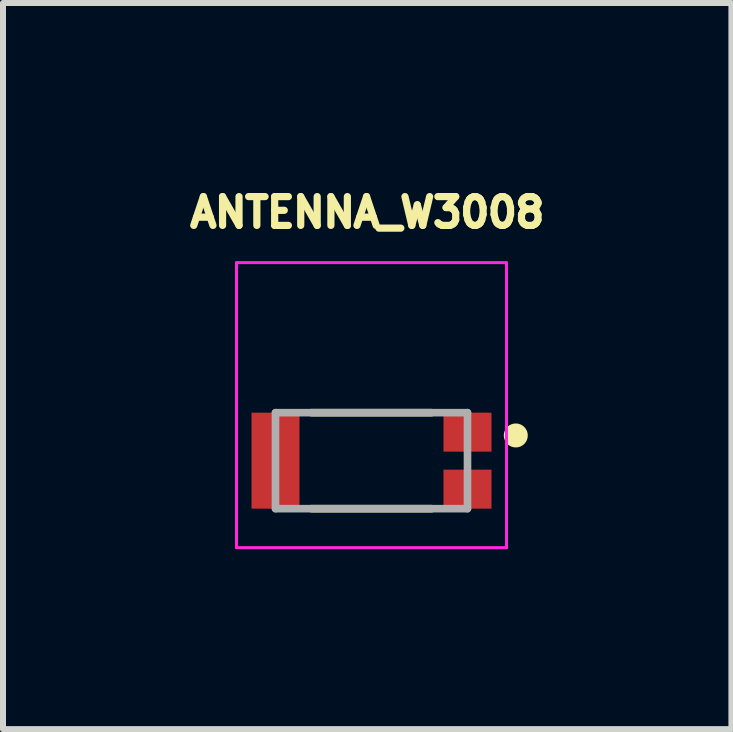
<source format=kicad_pcb>
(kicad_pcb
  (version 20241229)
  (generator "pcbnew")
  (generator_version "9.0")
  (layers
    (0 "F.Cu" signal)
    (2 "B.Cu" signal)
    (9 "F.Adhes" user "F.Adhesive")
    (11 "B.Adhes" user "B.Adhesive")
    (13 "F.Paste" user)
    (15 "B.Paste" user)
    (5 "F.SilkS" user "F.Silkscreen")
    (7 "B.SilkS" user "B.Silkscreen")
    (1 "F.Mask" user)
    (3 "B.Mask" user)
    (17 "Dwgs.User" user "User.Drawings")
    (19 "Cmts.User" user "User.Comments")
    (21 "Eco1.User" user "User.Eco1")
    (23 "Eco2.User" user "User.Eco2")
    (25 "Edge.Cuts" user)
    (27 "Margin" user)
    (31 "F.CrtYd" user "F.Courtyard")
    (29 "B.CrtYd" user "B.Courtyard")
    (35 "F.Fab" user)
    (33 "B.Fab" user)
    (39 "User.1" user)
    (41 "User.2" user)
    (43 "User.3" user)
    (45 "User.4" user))
  (footprint "ANTENNA_W3008"
    (layer "F.Cu")
    (at 3.142 4.628)
    (property "Reference" "ANTENNA_W3008" (at -0.071 -4.137 0) (layer "F.SilkS") (effects (font (size 0.48 0.48) (thickness 0.15))))
    (attr smd)
    (fp_line (start -1 -0.8) (end 1 -0.8) (stroke (width 0.127) (type solid)) (layer "F.SilkS"))
    (fp_line (start -1 0.8) (end 1 0.8) (stroke (width 0.127) (type solid)) (layer "F.SilkS"))
    (fp_circle (center 2.405 -0.42) (end 2.505 -0.42) (stroke (width 0.2) (type solid)) (fill no) (layer "F.SilkS"))
    (fp_line (start -2.25 -3.3) (end -2.25 1.45) (stroke (width 0.05) (type solid)) (layer "F.CrtYd"))
    (fp_line (start -2.25 1.45) (end 2.25 1.45) (stroke (width 0.05) (type solid)) (layer "F.CrtYd"))
    (fp_line (start 2.25 -3.3) (end -2.25 -3.3) (stroke (width 0.05) (type solid)) (layer "F.CrtYd"))
    (fp_line (start 2.25 1.45) (end 2.25 -3.3) (stroke (width 0.05) (type solid)) (layer "F.CrtYd"))
    (fp_line (start -1.6 -0.8) (end 1.6 -0.8) (stroke (width 0.127) (type solid)) (layer "F.Fab"))
    (fp_line (start -1.6 0.8) (end -1.6 -0.8) (stroke (width 0.127) (type solid)) (layer "F.Fab"))
    (fp_line (start 1.6 -0.8) (end 1.6 0.8) (stroke (width 0.127) (type solid)) (layer "F.Fab"))
    (fp_line (start 1.6 0.8) (end -1.6 0.8) (stroke (width 0.127) (type solid)) (layer "F.Fab"))
    (pad "FEED" smd rect (at 1.6 -0.475 90) (size 0.65 0.8) (layers "F.Cu" "F.Mask" "F.Paste"))
    (pad "G1" smd rect (at 1.6 0.475 90) (size 0.65 0.8) (layers "F.Cu" "F.Mask" "F.Paste"))
    (pad "G2" smd rect (at -1.6 0 90) (size 1.6 0.8) (layers "F.Cu" "F.Mask" "F.Paste"))
    (zone (net_name "") (layer "F.Cu") (hatch full 0.508) (connect_pads) (min_thickness 0.127) (filled_areas_thickness no) (keepout (tracks not_allowed) (vias not_allowed) (pads not_allowed) (copperpour not_allowed) (footprints allowed)) (placement (enabled no)) (fill) (polygon (pts (xy 1.142 5.828) (xy 5.142 5.828) (xy 5.142 5.553) (xy 4.242 5.553) (xy 4.242 3.653) (xy 5.142 3.653) (xy 5.142 1.578) (xy 1.142 1.578) (xy 1.142 3.753) (xy 2.042 3.753) (xy 2.042 5.553) (xy 1.142 5.553))))
    (zone (net_name "") (layer "B.Cu") (hatch full 0.508) (connect_pads) (min_thickness 0.127) (filled_areas_thickness no) (keepout (tracks not_allowed) (vias not_allowed) (pads not_allowed) (copperpour not_allowed) (footprints allowed)) (placement (enabled no)) (fill) (polygon (pts (xy 1.142 5.828) (xy 1.142 5.553) (xy 2.042 5.553) (xy 2.042 3.753) (xy 1.142 3.753) (xy 1.142 1.578) (xy 5.142 1.578) (xy 5.142 3.653) (xy 4.242 3.653) (xy 4.242 5.553) (xy 5.142 5.553) (xy 5.142 5.828)))))
  (gr_rect
    (start -3 -3)
    (end 9.141 9.103)
    (stroke (width 0.1) (type default))
    (fill no)
    (layer "Edge.Cuts")))
</source>
